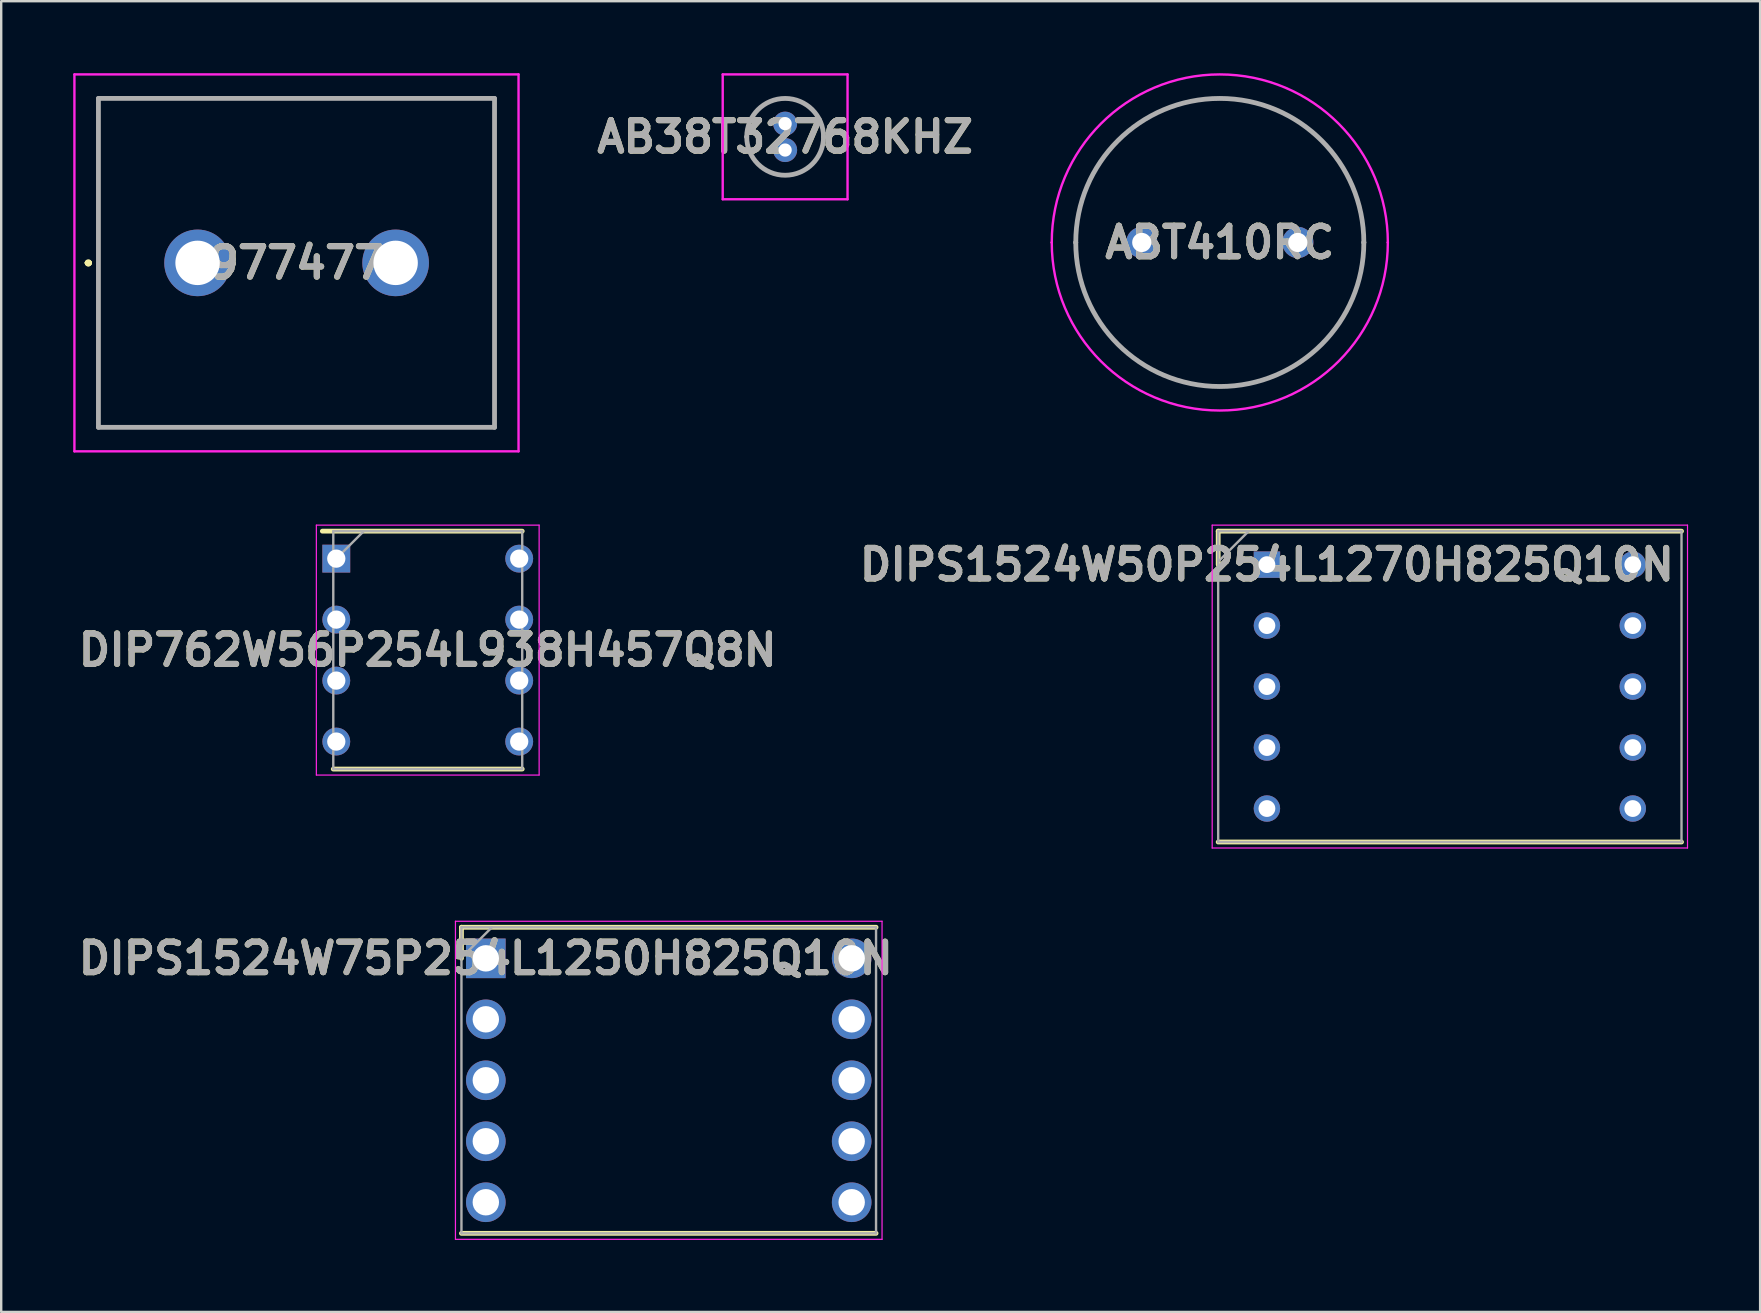
<source format=kicad_pcb>
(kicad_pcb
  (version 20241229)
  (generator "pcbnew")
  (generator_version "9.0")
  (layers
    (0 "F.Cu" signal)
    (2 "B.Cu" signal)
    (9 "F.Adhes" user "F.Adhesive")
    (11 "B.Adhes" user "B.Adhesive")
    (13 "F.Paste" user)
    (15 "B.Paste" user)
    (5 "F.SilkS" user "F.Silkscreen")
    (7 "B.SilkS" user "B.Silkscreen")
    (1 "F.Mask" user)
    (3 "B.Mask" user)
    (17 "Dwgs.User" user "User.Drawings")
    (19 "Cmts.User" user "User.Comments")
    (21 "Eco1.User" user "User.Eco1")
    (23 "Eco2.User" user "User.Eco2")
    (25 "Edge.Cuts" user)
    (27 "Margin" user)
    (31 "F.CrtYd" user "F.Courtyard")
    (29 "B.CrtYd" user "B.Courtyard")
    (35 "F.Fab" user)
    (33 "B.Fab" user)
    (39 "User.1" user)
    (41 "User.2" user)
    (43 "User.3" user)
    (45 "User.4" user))
  (footprint "DIPS1524W50P254L1270H825Q10N"
    (layer "F.Cu")
    (at 49.724 20.47)
    (property "Reference" "DIPS1524W50P254L1270H825Q10N" (at 0 0 0) (layer "F.SilkS") (effects (font (size 1.27 1.27) (thickness 0.254))))
    (attr through_hole)
    (fp_line (start -2.03 -1.395) (end -2.03 0) (stroke (width 0.2) (type solid)) (layer "F.SilkS"))
    (fp_line (start -2.03 11.555) (end 17.27 11.555) (stroke (width 0.2) (type solid)) (layer "F.SilkS"))
    (fp_line (start 17.27 -1.395) (end -2.03 -1.395) (stroke (width 0.2) (type solid)) (layer "F.SilkS"))
    (fp_line (start -2.28 -1.645) (end 17.52 -1.645) (stroke (width 0.05) (type solid)) (layer "F.CrtYd"))
    (fp_line (start -2.28 11.805) (end -2.28 -1.645) (stroke (width 0.05) (type solid)) (layer "F.CrtYd"))
    (fp_line (start 17.52 -1.645) (end 17.52 11.805) (stroke (width 0.05) (type solid)) (layer "F.CrtYd"))
    (fp_line (start 17.52 11.805) (end -2.28 11.805) (stroke (width 0.05) (type solid)) (layer "F.CrtYd"))
    (fp_line (start -2.03 -1.395) (end 17.27 -1.395) (stroke (width 0.1) (type solid)) (layer "F.Fab"))
    (fp_line (start -2.03 -0.125) (end -0.76 -1.395) (stroke (width 0.1) (type solid)) (layer "F.Fab"))
    (fp_line (start -2.03 11.555) (end -2.03 -1.395) (stroke (width 0.1) (type solid)) (layer "F.Fab"))
    (fp_line (start 17.27 -1.395) (end 17.27 11.555) (stroke (width 0.1) (type solid)) (layer "F.Fab"))
    (fp_line (start 17.27 11.555) (end -2.03 11.555) (stroke (width 0.1) (type solid)) (layer "F.Fab"))
    (fp_text user "${REFERENCE}" (at 0 0 0) (layer "F.Fab") (effects (font (size 1.27 1.27) (thickness 0.254))))
    (pad "1" thru_hole rect (at 0 0) (size 1.1 1.1) (drill 0.7) (layers "*.Cu" "*.Mask"))
    (pad "2" thru_hole circle (at 0 2.54) (size 1.1 1.1) (drill 0.7) (layers "*.Cu" "*.Mask"))
    (pad "3" thru_hole circle (at 0 5.08) (size 1.1 1.1) (drill 0.7) (layers "*.Cu" "*.Mask"))
    (pad "4" thru_hole circle (at 0 7.62) (size 1.1 1.1) (drill 0.7) (layers "*.Cu" "*.Mask"))
    (pad "5" thru_hole circle (at 0 10.16) (size 1.1 1.1) (drill 0.7) (layers "*.Cu" "*.Mask"))
    (pad "6" thru_hole circle (at 15.24 10.16) (size 1.1 1.1) (drill 0.7) (layers "*.Cu" "*.Mask"))
    (pad "7" thru_hole circle (at 15.24 7.62) (size 1.1 1.1) (drill 0.7) (layers "*.Cu" "*.Mask"))
    (pad "8" thru_hole circle (at 15.24 5.08) (size 1.1 1.1) (drill 0.7) (layers "*.Cu" "*.Mask"))
    (pad "9" thru_hole circle (at 15.24 2.54) (size 1.1 1.1) (drill 0.7) (layers "*.Cu" "*.Mask"))
    (pad "10" thru_hole circle (at 15.24 0) (size 1.1 1.1) (drill 0.7) (layers "*.Cu" "*.Mask")))
  (footprint "19774772"
    (layer "F.Cu")
    (at 5.18 7.9)
    (property "Reference" "19774772" (at 4.12 0 0) (layer "F.SilkS") (effects (font (size 1.27 1.27) (thickness 0.254))))
    (attr through_hole)
    (fp_line (start -4.6 0) (end -4.6 0) (stroke (width 0.2) (type solid)) (layer "F.SilkS"))
    (fp_line (start -4.6 0) (end -4.6 0) (stroke (width 0.2) (type solid)) (layer "F.SilkS"))
    (fp_line (start -4.5 0) (end -4.5 0) (stroke (width 0.2) (type solid)) (layer "F.SilkS"))
    (fp_line (start -4.13 -6.85) (end 12.37 -6.85) (stroke (width 0.1) (type solid)) (layer "F.SilkS"))
    (fp_line (start -4.13 6.85) (end -4.13 -6.85) (stroke (width 0.1) (type solid)) (layer "F.SilkS"))
    (fp_line (start 12.37 -6.85) (end 12.37 6.85) (stroke (width 0.1) (type solid)) (layer "F.SilkS"))
    (fp_line (start 12.37 6.85) (end -4.13 6.85) (stroke (width 0.1) (type solid)) (layer "F.SilkS"))
    (fp_arc (start -4.6 0) (mid -4.55 -0.05) (end -4.5 0) (stroke (width 0.2) (type solid)) (layer "F.SilkS"))
    (fp_arc (start -4.5 0) (mid -4.55 0.05) (end -4.6 0) (stroke (width 0.2) (type solid)) (layer "F.SilkS"))
    (fp_arc (start -4.5 0) (mid -4.55 0.05) (end -4.6 0) (stroke (width 0.2) (type solid)) (layer "F.SilkS"))
    (fp_line (start -5.13 -7.85) (end 13.37 -7.85) (stroke (width 0.1) (type solid)) (layer "F.CrtYd"))
    (fp_line (start -5.13 7.85) (end -5.13 -7.85) (stroke (width 0.1) (type solid)) (layer "F.CrtYd"))
    (fp_line (start 13.37 -7.85) (end 13.37 7.85) (stroke (width 0.1) (type solid)) (layer "F.CrtYd"))
    (fp_line (start 13.37 7.85) (end -5.13 7.85) (stroke (width 0.1) (type solid)) (layer "F.CrtYd"))
    (fp_line (start -4.13 -6.85) (end -4.13 6.85) (stroke (width 0.2) (type solid)) (layer "F.Fab"))
    (fp_line (start -4.13 6.85) (end 12.37 6.85) (stroke (width 0.2) (type solid)) (layer "F.Fab"))
    (fp_line (start 12.37 -6.85) (end -4.13 -6.85) (stroke (width 0.2) (type solid)) (layer "F.Fab"))
    (fp_line (start 12.37 6.85) (end 12.37 -6.85) (stroke (width 0.2) (type solid)) (layer "F.Fab"))
    (fp_text user "${REFERENCE}" (at 4.12 0 0) (layer "F.Fab") (effects (font (size 1.27 1.27) (thickness 0.254))))
    (pad "1" thru_hole circle (at 0 0) (size 2.775 2.775) (drill 1.85) (layers "*.Cu" "*.Mask"))
    (pad "2" thru_hole circle (at 8.25 0) (size 2.775 2.775) (drill 1.85) (layers "*.Cu" "*.Mask")))
  (footprint "DIPS1524W75P254L1250H825Q10N"
    (layer "F.Cu")
    (at 17.187 36.87)
    (property "Reference" "DIPS1524W75P254L1250H825Q10N" (at 0 0 0) (layer "F.SilkS") (effects (font (size 1.27 1.27) (thickness 0.254))))
    (attr through_hole)
    (fp_line (start -1.015 -1.295) (end -1.015 0) (stroke (width 0.2) (type solid)) (layer "F.SilkS"))
    (fp_line (start -1.015 11.455) (end 16.255 11.455) (stroke (width 0.2) (type solid)) (layer "F.SilkS"))
    (fp_line (start 16.255 -1.295) (end -1.015 -1.295) (stroke (width 0.2) (type solid)) (layer "F.SilkS"))
    (fp_line (start -1.265 -1.545) (end 16.505 -1.545) (stroke (width 0.05) (type solid)) (layer "F.CrtYd"))
    (fp_line (start -1.265 11.705) (end -1.265 -1.545) (stroke (width 0.05) (type solid)) (layer "F.CrtYd"))
    (fp_line (start 16.505 -1.545) (end 16.505 11.705) (stroke (width 0.05) (type solid)) (layer "F.CrtYd"))
    (fp_line (start 16.505 11.705) (end -1.265 11.705) (stroke (width 0.05) (type solid)) (layer "F.CrtYd"))
    (fp_line (start -1.015 -1.295) (end 16.255 -1.295) (stroke (width 0.1) (type solid)) (layer "F.Fab"))
    (fp_line (start -1.015 -0.025) (end 0.255 -1.295) (stroke (width 0.1) (type solid)) (layer "F.Fab"))
    (fp_line (start -1.015 11.455) (end -1.015 -1.295) (stroke (width 0.1) (type solid)) (layer "F.Fab"))
    (fp_line (start 16.255 -1.295) (end 16.255 11.455) (stroke (width 0.1) (type solid)) (layer "F.Fab"))
    (fp_line (start 16.255 11.455) (end -1.015 11.455) (stroke (width 0.1) (type solid)) (layer "F.Fab"))
    (fp_text user "${REFERENCE}" (at 0 0 0) (layer "F.Fab") (effects (font (size 1.27 1.27) (thickness 0.254))))
    (pad "1" thru_hole rect (at 0 0) (size 1.65 1.65) (drill 1.1) (layers "*.Cu" "*.Mask"))
    (pad "2" thru_hole circle (at 0 2.54) (size 1.65 1.65) (drill 1.1) (layers "*.Cu" "*.Mask"))
    (pad "3" thru_hole circle (at 0 5.08) (size 1.65 1.65) (drill 1.1) (layers "*.Cu" "*.Mask"))
    (pad "4" thru_hole circle (at 0 7.62) (size 1.65 1.65) (drill 1.1) (layers "*.Cu" "*.Mask"))
    (pad "5" thru_hole circle (at 0 10.16) (size 1.65 1.65) (drill 1.1) (layers "*.Cu" "*.Mask"))
    (pad "6" thru_hole circle (at 15.24 10.16) (size 1.65 1.65) (drill 1.1) (layers "*.Cu" "*.Mask"))
    (pad "7" thru_hole circle (at 15.24 7.62) (size 1.65 1.65) (drill 1.1) (layers "*.Cu" "*.Mask"))
    (pad "8" thru_hole circle (at 15.24 5.08) (size 1.65 1.65) (drill 1.1) (layers "*.Cu" "*.Mask"))
    (pad "9" thru_hole circle (at 15.24 2.54) (size 1.65 1.65) (drill 1.1) (layers "*.Cu" "*.Mask"))
    (pad "10" thru_hole circle (at 15.24 0) (size 1.65 1.65) (drill 1.1) (layers "*.Cu" "*.Mask")))
  (footprint "ABT410RC"
    (layer "F.Cu")
    (at 44.511 7.05)
    (property "Reference" "ABT410RC" (at 3.25 0 0) (layer "F.SilkS") (effects (font (size 1.27 1.27) (thickness 0.254))))
    (attr through_hole)
    (fp_line (start -2.75 0) (end -2.75 0) (stroke (width 0.1) (type solid)) (layer "F.SilkS"))
    (fp_line (start 9.25 0) (end 9.25 0) (stroke (width 0.1) (type solid)) (layer "F.SilkS"))
    (fp_arc (start -2.75 0) (mid 3.25 -6) (end 9.25 0) (stroke (width 0.1) (type solid)) (layer "F.SilkS"))
    (fp_arc (start 9.25 0) (mid 3.25 6) (end -2.75 0) (stroke (width 0.1) (type solid)) (layer "F.SilkS"))
    (fp_line (start -3.75 0) (end -3.75 0) (stroke (width 0.1) (type solid)) (layer "F.CrtYd"))
    (fp_line (start 10.25 0) (end 10.25 0) (stroke (width 0.1) (type solid)) (layer "F.CrtYd"))
    (fp_arc (start -3.75 0) (mid 3.25 -7) (end 10.25 0) (stroke (width 0.1) (type solid)) (layer "F.CrtYd"))
    (fp_arc (start 10.25 0) (mid 3.25 7) (end -3.75 0) (stroke (width 0.1) (type solid)) (layer "F.CrtYd"))
    (fp_line (start -2.75 0) (end -2.75 0) (stroke (width 0.2) (type solid)) (layer "F.Fab"))
    (fp_line (start 9.25 0) (end 9.25 0) (stroke (width 0.2) (type solid)) (layer "F.Fab"))
    (fp_arc (start -2.75 0) (mid 3.25 -6) (end 9.25 0) (stroke (width 0.2) (type solid)) (layer "F.Fab"))
    (fp_arc (start 9.25 0) (mid 3.25 6) (end -2.75 0) (stroke (width 0.2) (type solid)) (layer "F.Fab"))
    (fp_text user "${REFERENCE}" (at 3.25 0 0) (layer "F.Fab") (effects (font (size 1.27 1.27) (thickness 0.254))))
    (pad "1" thru_hole circle (at 0 0) (size 1.3 1.3) (drill 0.8) (layers "*.Cu" "*.Mask"))
    (pad "2" thru_hole circle (at 6.5 0) (size 1.3 1.3) (drill 0.8) (layers "*.Cu" "*.Mask")))
  (footprint "DIP762W56P254L938H457Q8N"
    (layer "F.Cu")
    (at 14.768 24.03)
    (property "Reference" "DIP762W56P254L938H457Q8N" (at 0 0 0) (layer "F.SilkS") (effects (font (size 1.27 1.27) (thickness 0.254))))
    (attr through_hole)
    (fp_line (start -4.39 -4.955) (end 3.935 -4.955) (stroke (width 0.2) (type solid)) (layer "F.SilkS"))
    (fp_line (start -3.935 4.955) (end 3.935 4.955) (stroke (width 0.2) (type solid)) (layer "F.SilkS"))
    (fp_line (start -4.64 -5.205) (end 4.64 -5.205) (stroke (width 0.05) (type solid)) (layer "F.CrtYd"))
    (fp_line (start -4.64 5.205) (end -4.64 -5.205) (stroke (width 0.05) (type solid)) (layer "F.CrtYd"))
    (fp_line (start 4.64 -5.205) (end 4.64 5.205) (stroke (width 0.05) (type solid)) (layer "F.CrtYd"))
    (fp_line (start 4.64 5.205) (end -4.64 5.205) (stroke (width 0.05) (type solid)) (layer "F.CrtYd"))
    (fp_line (start -3.935 -4.955) (end 3.935 -4.955) (stroke (width 0.1) (type solid)) (layer "F.Fab"))
    (fp_line (start -3.935 -3.685) (end -2.665 -4.955) (stroke (width 0.1) (type solid)) (layer "F.Fab"))
    (fp_line (start -3.935 4.955) (end -3.935 -4.955) (stroke (width 0.1) (type solid)) (layer "F.Fab"))
    (fp_line (start 3.935 -4.955) (end 3.935 4.955) (stroke (width 0.1) (type solid)) (layer "F.Fab"))
    (fp_line (start 3.935 4.955) (end -3.935 4.955) (stroke (width 0.1) (type solid)) (layer "F.Fab"))
    (fp_text user "${REFERENCE}" (at 0 0 0) (layer "F.Fab") (effects (font (size 1.27 1.27) (thickness 0.254))))
    (pad "1" thru_hole rect (at -3.81 -3.81) (size 1.16 1.16) (drill 0.76) (layers "*.Cu" "*.Mask"))
    (pad "2" thru_hole circle (at -3.81 -1.27) (size 1.16 1.16) (drill 0.76) (layers "*.Cu" "*.Mask"))
    (pad "3" thru_hole circle (at -3.81 1.27) (size 1.16 1.16) (drill 0.76) (layers "*.Cu" "*.Mask"))
    (pad "4" thru_hole circle (at -3.81 3.81) (size 1.16 1.16) (drill 0.76) (layers "*.Cu" "*.Mask"))
    (pad "5" thru_hole circle (at 3.81 3.81) (size 1.16 1.16) (drill 0.76) (layers "*.Cu" "*.Mask"))
    (pad "6" thru_hole circle (at 3.81 1.27) (size 1.16 1.16) (drill 0.76) (layers "*.Cu" "*.Mask"))
    (pad "7" thru_hole circle (at 3.81 -1.27) (size 1.16 1.16) (drill 0.76) (layers "*.Cu" "*.Mask"))
    (pad "8" thru_hole circle (at 3.81 -3.81) (size 1.16 1.16) (drill 0.76) (layers "*.Cu" "*.Mask")))
  (footprint "AB38T32768KHZ"
    (layer "F.Cu")
    (at 29.655 2.1)
    (property "Reference" "AB38T32768KHZ" (at 0 0.55 0) (layer "F.SilkS") (effects (font (size 1.27 1.27) (thickness 0.254))))
    (attr through_hole)
    (fp_line (start -1.6 0.55) (end -1.6 0.55) (stroke (width 0.1) (type solid)) (layer "F.SilkS"))
    (fp_line (start 1.6 0.55) (end 1.6 0.55) (stroke (width 0.1) (type solid)) (layer "F.SilkS"))
    (fp_arc (start -1.6 0.55) (mid 0 -1.05) (end 1.6 0.55) (stroke (width 0.1) (type solid)) (layer "F.SilkS"))
    (fp_arc (start 1.6 0.55) (mid 0 2.15) (end -1.6 0.55) (stroke (width 0.1) (type solid)) (layer "F.SilkS"))
    (fp_line (start -2.6 -2.05) (end 2.6 -2.05) (stroke (width 0.1) (type solid)) (layer "F.CrtYd"))
    (fp_line (start -2.6 3.15) (end -2.6 -2.05) (stroke (width 0.1) (type solid)) (layer "F.CrtYd"))
    (fp_line (start 2.6 -2.05) (end 2.6 3.15) (stroke (width 0.1) (type solid)) (layer "F.CrtYd"))
    (fp_line (start 2.6 3.15) (end -2.6 3.15) (stroke (width 0.1) (type solid)) (layer "F.CrtYd"))
    (fp_line (start -1.6 0.55) (end -1.6 0.55) (stroke (width 0.2) (type solid)) (layer "F.Fab"))
    (fp_line (start 1.6 0.55) (end 1.6 0.55) (stroke (width 0.2) (type solid)) (layer "F.Fab"))
    (fp_arc (start -1.6 0.55) (mid 0 -1.05) (end 1.6 0.55) (stroke (width 0.2) (type solid)) (layer "F.Fab"))
    (fp_arc (start 1.6 0.55) (mid 0 2.15) (end -1.6 0.55) (stroke (width 0.2) (type solid)) (layer "F.Fab"))
    (fp_text user "${REFERENCE}" (at 0 0.55 0) (layer "F.Fab") (effects (font (size 1.27 1.27) (thickness 0.254))))
    (pad "1" thru_hole circle (at 0 0) (size 1 1) (drill 0.55) (layers "*.Cu" "*.Mask"))
    (pad "2" thru_hole circle (at 0 1.1) (size 1 1) (drill 0.55) (layers "*.Cu" "*.Mask")))
  (gr_rect
    (start -3 -3)
    (end 70.269 51.6)
    (stroke (width 0.1) (type default))
    (fill no)
    (layer "Edge.Cuts")))
</source>
